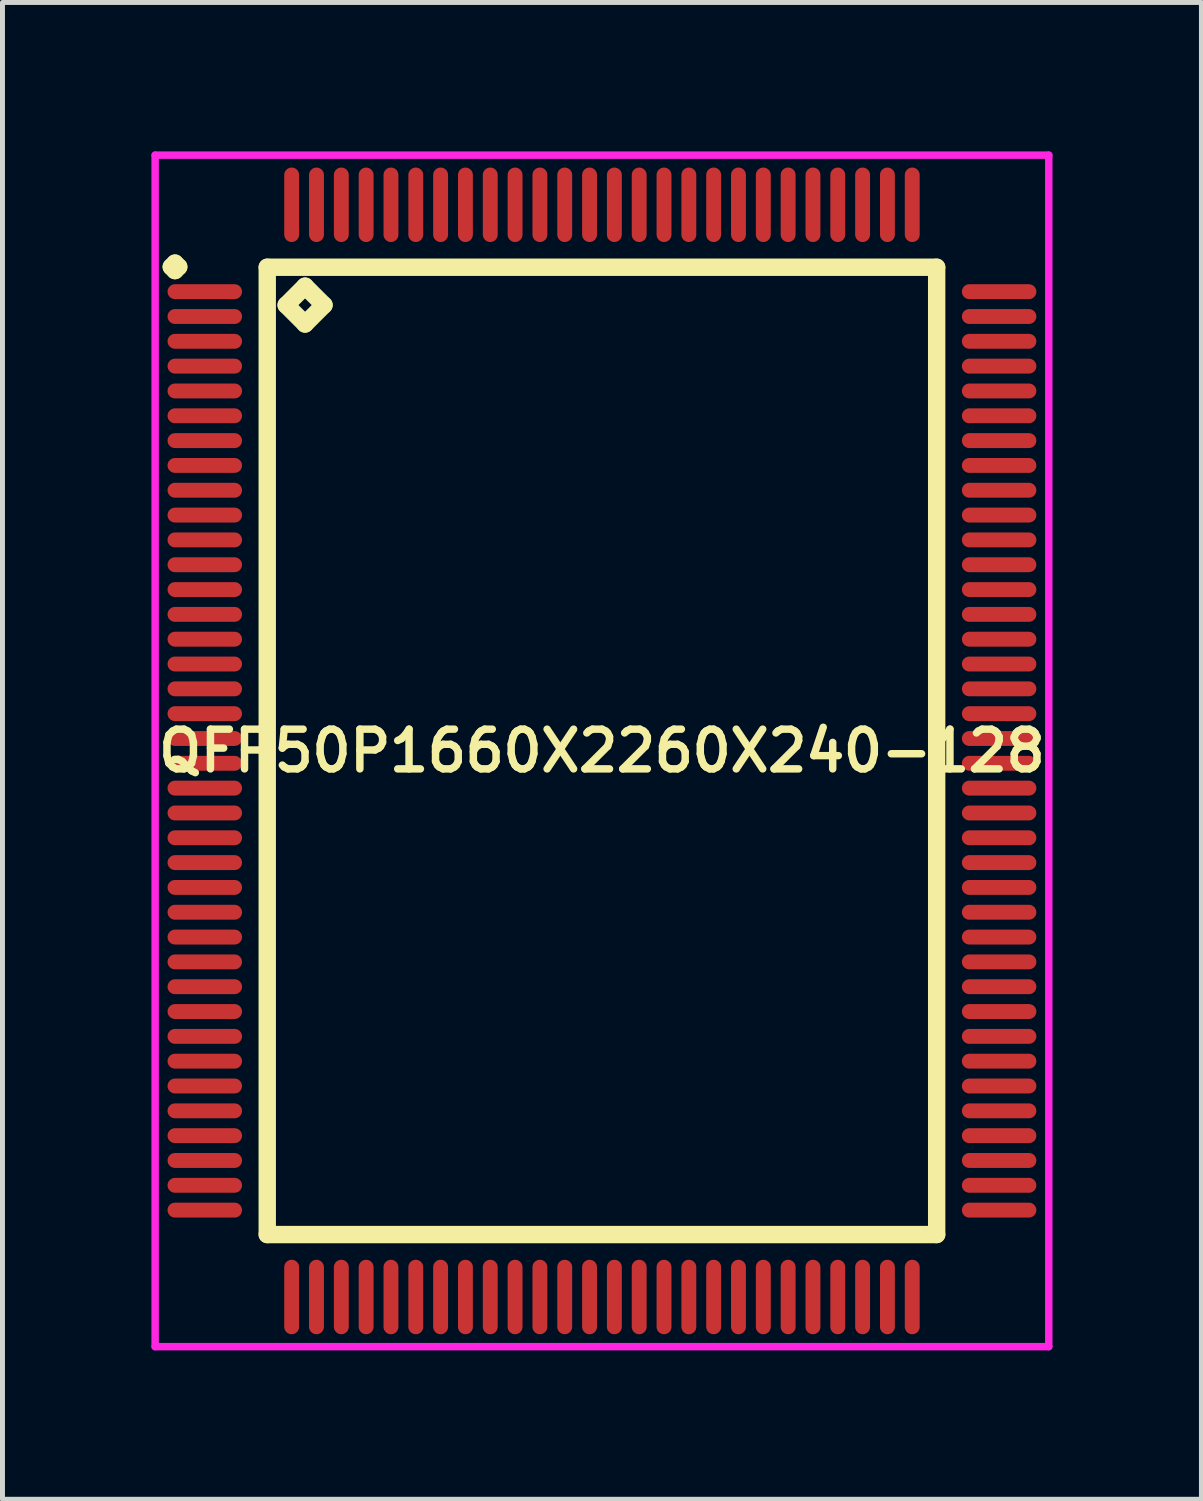
<source format=kicad_pcb>
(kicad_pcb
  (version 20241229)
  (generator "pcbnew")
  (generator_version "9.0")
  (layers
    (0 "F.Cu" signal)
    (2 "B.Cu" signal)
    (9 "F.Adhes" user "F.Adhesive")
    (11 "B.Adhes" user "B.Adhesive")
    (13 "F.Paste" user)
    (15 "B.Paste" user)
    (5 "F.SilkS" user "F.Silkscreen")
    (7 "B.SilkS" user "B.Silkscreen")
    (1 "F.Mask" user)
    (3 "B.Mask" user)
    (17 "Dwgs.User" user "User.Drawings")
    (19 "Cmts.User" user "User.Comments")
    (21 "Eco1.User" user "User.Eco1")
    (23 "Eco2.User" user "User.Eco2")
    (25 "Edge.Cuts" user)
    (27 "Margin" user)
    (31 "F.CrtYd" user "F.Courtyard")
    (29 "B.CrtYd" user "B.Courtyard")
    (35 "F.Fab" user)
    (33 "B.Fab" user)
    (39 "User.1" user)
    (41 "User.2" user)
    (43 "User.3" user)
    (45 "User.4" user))
  (footprint "QFP50P1660X2260X240-128"
    (layer "F.Cu")
    (at 9.075 12.075)
    (property "Reference" "QFP50P1660X2260X240-128" (at 0 0 0) (layer "F.SilkS") (effects (font (size 0.8 0.8) (thickness 0.15))))
    (attr through_hole)
    (fp_line (start -8.675 -9.75) (end -8.6 -9.825) (stroke (width 0.35) (type solid)) (layer "F.SilkS"))
    (fp_line (start -8.6 -9.825) (end -8.525 -9.75) (stroke (width 0.35) (type solid)) (layer "F.SilkS"))
    (fp_line (start -8.6 -9.675) (end -8.675 -9.75) (stroke (width 0.35) (type solid)) (layer "F.SilkS"))
    (fp_line (start -8.525 -9.75) (end -8.6 -9.675) (stroke (width 0.35) (type solid)) (layer "F.SilkS"))
    (fp_line (start -6.742 -9.742) (end -6.742 9.742) (stroke (width 0.35) (type solid)) (layer "F.SilkS"))
    (fp_line (start -6.742 9.742) (end 6.742 9.742) (stroke (width 0.35) (type solid)) (layer "F.SilkS"))
    (fp_line (start -6.361 -8.98) (end -5.98 -9.361) (stroke (width 0.35) (type solid)) (layer "F.SilkS"))
    (fp_line (start -5.98 -9.361) (end -5.599 -8.98) (stroke (width 0.35) (type solid)) (layer "F.SilkS"))
    (fp_line (start -5.98 -8.599) (end -6.361 -8.98) (stroke (width 0.35) (type solid)) (layer "F.SilkS"))
    (fp_line (start -5.599 -8.98) (end -5.98 -8.599) (stroke (width 0.35) (type solid)) (layer "F.SilkS"))
    (fp_line (start 6.742 -9.742) (end -6.742 -9.742) (stroke (width 0.35) (type solid)) (layer "F.SilkS"))
    (fp_line (start 6.742 9.742) (end 6.742 -9.742) (stroke (width 0.35) (type solid)) (layer "F.SilkS"))
    (fp_line (start -9 -12) (end 9 -12) (stroke (width 0.15) (type solid)) (layer "F.CrtYd"))
    (fp_line (start -9 12) (end -9 -12) (stroke (width 0.15) (type solid)) (layer "F.CrtYd"))
    (fp_line (start 9 -12) (end 9 12) (stroke (width 0.15) (type solid)) (layer "F.CrtYd"))
    (fp_line (start 9 12) (end -9 12) (stroke (width 0.15) (type solid)) (layer "F.CrtYd"))
    (pad "1" smd oval (at -8 -9.25) (size 1.5 0.3) (layers "F.Cu" "F.Mask" "F.Paste"))
    (pad "2" smd oval (at -8 -8.75) (size 1.5 0.3) (layers "F.Cu" "F.Mask" "F.Paste"))
    (pad "3" smd oval (at -8 -8.25) (size 1.5 0.3) (layers "F.Cu" "F.Mask" "F.Paste"))
    (pad "4" smd oval (at -8 -7.75) (size 1.5 0.3) (layers "F.Cu" "F.Mask" "F.Paste"))
    (pad "5" smd oval (at -8 -7.25) (size 1.5 0.3) (layers "F.Cu" "F.Mask" "F.Paste"))
    (pad "6" smd oval (at -8 -6.75) (size 1.5 0.3) (layers "F.Cu" "F.Mask" "F.Paste"))
    (pad "7" smd oval (at -8 -6.25) (size 1.5 0.3) (layers "F.Cu" "F.Mask" "F.Paste"))
    (pad "8" smd oval (at -8 -5.75) (size 1.5 0.3) (layers "F.Cu" "F.Mask" "F.Paste"))
    (pad "9" smd oval (at -8 -5.25) (size 1.5 0.3) (layers "F.Cu" "F.Mask" "F.Paste"))
    (pad "10" smd oval (at -8 -4.75) (size 1.5 0.3) (layers "F.Cu" "F.Mask" "F.Paste"))
    (pad "11" smd oval (at -8 -4.25) (size 1.5 0.3) (layers "F.Cu" "F.Mask" "F.Paste"))
    (pad "12" smd oval (at -8 -3.75) (size 1.5 0.3) (layers "F.Cu" "F.Mask" "F.Paste"))
    (pad "13" smd oval (at -8 -3.25) (size 1.5 0.3) (layers "F.Cu" "F.Mask" "F.Paste"))
    (pad "14" smd oval (at -8 -2.75) (size 1.5 0.3) (layers "F.Cu" "F.Mask" "F.Paste"))
    (pad "15" smd oval (at -8 -2.25) (size 1.5 0.3) (layers "F.Cu" "F.Mask" "F.Paste"))
    (pad "16" smd oval (at -8 -1.75) (size 1.5 0.3) (layers "F.Cu" "F.Mask" "F.Paste"))
    (pad "17" smd oval (at -8 -1.25) (size 1.5 0.3) (layers "F.Cu" "F.Mask" "F.Paste"))
    (pad "18" smd oval (at -8 -0.75) (size 1.5 0.3) (layers "F.Cu" "F.Mask" "F.Paste"))
    (pad "19" smd oval (at -8 -0.25) (size 1.5 0.3) (layers "F.Cu" "F.Mask" "F.Paste"))
    (pad "20" smd oval (at -8 0.25) (size 1.5 0.3) (layers "F.Cu" "F.Mask" "F.Paste"))
    (pad "21" smd oval (at -8 0.75) (size 1.5 0.3) (layers "F.Cu" "F.Mask" "F.Paste"))
    (pad "22" smd oval (at -8 1.25) (size 1.5 0.3) (layers "F.Cu" "F.Mask" "F.Paste"))
    (pad "23" smd oval (at -8 1.75) (size 1.5 0.3) (layers "F.Cu" "F.Mask" "F.Paste"))
    (pad "24" smd oval (at -8 2.25) (size 1.5 0.3) (layers "F.Cu" "F.Mask" "F.Paste"))
    (pad "25" smd oval (at -8 2.75) (size 1.5 0.3) (layers "F.Cu" "F.Mask" "F.Paste"))
    (pad "26" smd oval (at -8 3.25) (size 1.5 0.3) (layers "F.Cu" "F.Mask" "F.Paste"))
    (pad "27" smd oval (at -8 3.75) (size 1.5 0.3) (layers "F.Cu" "F.Mask" "F.Paste"))
    (pad "28" smd oval (at -8 4.25) (size 1.5 0.3) (layers "F.Cu" "F.Mask" "F.Paste"))
    (pad "29" smd oval (at -8 4.75) (size 1.5 0.3) (layers "F.Cu" "F.Mask" "F.Paste"))
    (pad "30" smd oval (at -8 5.25) (size 1.5 0.3) (layers "F.Cu" "F.Mask" "F.Paste"))
    (pad "31" smd oval (at -8 5.75) (size 1.5 0.3) (layers "F.Cu" "F.Mask" "F.Paste"))
    (pad "32" smd oval (at -8 6.25) (size 1.5 0.3) (layers "F.Cu" "F.Mask" "F.Paste"))
    (pad "33" smd oval (at -8 6.75) (size 1.5 0.3) (layers "F.Cu" "F.Mask" "F.Paste"))
    (pad "34" smd oval (at -8 7.25) (size 1.5 0.3) (layers "F.Cu" "F.Mask" "F.Paste"))
    (pad "35" smd oval (at -8 7.75) (size 1.5 0.3) (layers "F.Cu" "F.Mask" "F.Paste"))
    (pad "36" smd oval (at -8 8.25) (size 1.5 0.3) (layers "F.Cu" "F.Mask" "F.Paste"))
    (pad "37" smd oval (at -8 8.75) (size 1.5 0.3) (layers "F.Cu" "F.Mask" "F.Paste"))
    (pad "38" smd oval (at -8 9.25) (size 1.5 0.3) (layers "F.Cu" "F.Mask" "F.Paste"))
    (pad "39" smd oval (at -6.25 11) (size 0.3 1.5) (layers "F.Cu" "F.Mask" "F.Paste"))
    (pad "40" smd oval (at -5.75 11) (size 0.3 1.5) (layers "F.Cu" "F.Mask" "F.Paste"))
    (pad "41" smd oval (at -5.25 11) (size 0.3 1.5) (layers "F.Cu" "F.Mask" "F.Paste"))
    (pad "42" smd oval (at -4.75 11) (size 0.3 1.5) (layers "F.Cu" "F.Mask" "F.Paste"))
    (pad "43" smd oval (at -4.25 11) (size 0.3 1.5) (layers "F.Cu" "F.Mask" "F.Paste"))
    (pad "44" smd oval (at -3.75 11) (size 0.3 1.5) (layers "F.Cu" "F.Mask" "F.Paste"))
    (pad "45" smd oval (at -3.25 11) (size 0.3 1.5) (layers "F.Cu" "F.Mask" "F.Paste"))
    (pad "46" smd oval (at -2.75 11) (size 0.3 1.5) (layers "F.Cu" "F.Mask" "F.Paste"))
    (pad "47" smd oval (at -2.25 11) (size 0.3 1.5) (layers "F.Cu" "F.Mask" "F.Paste"))
    (pad "48" smd oval (at -1.75 11) (size 0.3 1.5) (layers "F.Cu" "F.Mask" "F.Paste"))
    (pad "49" smd oval (at -1.25 11) (size 0.3 1.5) (layers "F.Cu" "F.Mask" "F.Paste"))
    (pad "50" smd oval (at -0.75 11) (size 0.3 1.5) (layers "F.Cu" "F.Mask" "F.Paste"))
    (pad "51" smd oval (at -0.25 11) (size 0.3 1.5) (layers "F.Cu" "F.Mask" "F.Paste"))
    (pad "52" smd oval (at 0.25 11) (size 0.3 1.5) (layers "F.Cu" "F.Mask" "F.Paste"))
    (pad "53" smd oval (at 0.75 11) (size 0.3 1.5) (layers "F.Cu" "F.Mask" "F.Paste"))
    (pad "54" smd oval (at 1.25 11) (size 0.3 1.5) (layers "F.Cu" "F.Mask" "F.Paste"))
    (pad "55" smd oval (at 1.75 11) (size 0.3 1.5) (layers "F.Cu" "F.Mask" "F.Paste"))
    (pad "56" smd oval (at 2.25 11) (size 0.3 1.5) (layers "F.Cu" "F.Mask" "F.Paste"))
    (pad "57" smd oval (at 2.75 11) (size 0.3 1.5) (layers "F.Cu" "F.Mask" "F.Paste"))
    (pad "58" smd oval (at 3.25 11) (size 0.3 1.5) (layers "F.Cu" "F.Mask" "F.Paste"))
    (pad "59" smd oval (at 3.75 11) (size 0.3 1.5) (layers "F.Cu" "F.Mask" "F.Paste"))
    (pad "60" smd oval (at 4.25 11) (size 0.3 1.5) (layers "F.Cu" "F.Mask" "F.Paste"))
    (pad "61" smd oval (at 4.75 11) (size 0.3 1.5) (layers "F.Cu" "F.Mask" "F.Paste"))
    (pad "62" smd oval (at 5.25 11) (size 0.3 1.5) (layers "F.Cu" "F.Mask" "F.Paste"))
    (pad "63" smd oval (at 5.75 11) (size 0.3 1.5) (layers "F.Cu" "F.Mask" "F.Paste"))
    (pad "64" smd oval (at 6.25 11) (size 0.3 1.5) (layers "F.Cu" "F.Mask" "F.Paste"))
    (pad "65" smd oval (at 8 9.25) (size 1.5 0.3) (layers "F.Cu" "F.Mask" "F.Paste"))
    (pad "66" smd oval (at 8 8.75) (size 1.5 0.3) (layers "F.Cu" "F.Mask" "F.Paste"))
    (pad "67" smd oval (at 8 8.25) (size 1.5 0.3) (layers "F.Cu" "F.Mask" "F.Paste"))
    (pad "68" smd oval (at 8 7.75) (size 1.5 0.3) (layers "F.Cu" "F.Mask" "F.Paste"))
    (pad "69" smd oval (at 8 7.25) (size 1.5 0.3) (layers "F.Cu" "F.Mask" "F.Paste"))
    (pad "70" smd oval (at 8 6.75) (size 1.5 0.3) (layers "F.Cu" "F.Mask" "F.Paste"))
    (pad "71" smd oval (at 8 6.25) (size 1.5 0.3) (layers "F.Cu" "F.Mask" "F.Paste"))
    (pad "72" smd oval (at 8 5.75) (size 1.5 0.3) (layers "F.Cu" "F.Mask" "F.Paste"))
    (pad "73" smd oval (at 8 5.25) (size 1.5 0.3) (layers "F.Cu" "F.Mask" "F.Paste"))
    (pad "74" smd oval (at 8 4.75) (size 1.5 0.3) (layers "F.Cu" "F.Mask" "F.Paste"))
    (pad "75" smd oval (at 8 4.25) (size 1.5 0.3) (layers "F.Cu" "F.Mask" "F.Paste"))
    (pad "76" smd oval (at 8 3.75) (size 1.5 0.3) (layers "F.Cu" "F.Mask" "F.Paste"))
    (pad "77" smd oval (at 8 3.25) (size 1.5 0.3) (layers "F.Cu" "F.Mask" "F.Paste"))
    (pad "78" smd oval (at 8 2.75) (size 1.5 0.3) (layers "F.Cu" "F.Mask" "F.Paste"))
    (pad "79" smd oval (at 8 2.25) (size 1.5 0.3) (layers "F.Cu" "F.Mask" "F.Paste"))
    (pad "80" smd oval (at 8 1.75) (size 1.5 0.3) (layers "F.Cu" "F.Mask" "F.Paste"))
    (pad "81" smd oval (at 8 1.25) (size 1.5 0.3) (layers "F.Cu" "F.Mask" "F.Paste"))
    (pad "82" smd oval (at 8 0.75) (size 1.5 0.3) (layers "F.Cu" "F.Mask" "F.Paste"))
    (pad "83" smd oval (at 8 0.25) (size 1.5 0.3) (layers "F.Cu" "F.Mask" "F.Paste"))
    (pad "84" smd oval (at 8 -0.25) (size 1.5 0.3) (layers "F.Cu" "F.Mask" "F.Paste"))
    (pad "85" smd oval (at 8 -0.75) (size 1.5 0.3) (layers "F.Cu" "F.Mask" "F.Paste"))
    (pad "86" smd oval (at 8 -1.25) (size 1.5 0.3) (layers "F.Cu" "F.Mask" "F.Paste"))
    (pad "87" smd oval (at 8 -1.75) (size 1.5 0.3) (layers "F.Cu" "F.Mask" "F.Paste"))
    (pad "88" smd oval (at 8 -2.25) (size 1.5 0.3) (layers "F.Cu" "F.Mask" "F.Paste"))
    (pad "89" smd oval (at 8 -2.75) (size 1.5 0.3) (layers "F.Cu" "F.Mask" "F.Paste"))
    (pad "90" smd oval (at 8 -3.25) (size 1.5 0.3) (layers "F.Cu" "F.Mask" "F.Paste"))
    (pad "91" smd oval (at 8 -3.75) (size 1.5 0.3) (layers "F.Cu" "F.Mask" "F.Paste"))
    (pad "92" smd oval (at 8 -4.25) (size 1.5 0.3) (layers "F.Cu" "F.Mask" "F.Paste"))
    (pad "93" smd oval (at 8 -4.75) (size 1.5 0.3) (layers "F.Cu" "F.Mask" "F.Paste"))
    (pad "94" smd oval (at 8 -5.25) (size 1.5 0.3) (layers "F.Cu" "F.Mask" "F.Paste"))
    (pad "95" smd oval (at 8 -5.75) (size 1.5 0.3) (layers "F.Cu" "F.Mask" "F.Paste"))
    (pad "96" smd oval (at 8 -6.25) (size 1.5 0.3) (layers "F.Cu" "F.Mask" "F.Paste"))
    (pad "97" smd oval (at 8 -6.75) (size 1.5 0.3) (layers "F.Cu" "F.Mask" "F.Paste"))
    (pad "98" smd oval (at 8 -7.25) (size 1.5 0.3) (layers "F.Cu" "F.Mask" "F.Paste"))
    (pad "99" smd oval (at 8 -7.75) (size 1.5 0.3) (layers "F.Cu" "F.Mask" "F.Paste"))
    (pad "100" smd oval (at 8 -8.25) (size 1.5 0.3) (layers "F.Cu" "F.Mask" "F.Paste"))
    (pad "101" smd oval (at 8 -8.75) (size 1.5 0.3) (layers "F.Cu" "F.Mask" "F.Paste"))
    (pad "102" smd oval (at 8 -9.25) (size 1.5 0.3) (layers "F.Cu" "F.Mask" "F.Paste"))
    (pad "103" smd oval (at 6.25 -11) (size 0.3 1.5) (layers "F.Cu" "F.Mask" "F.Paste"))
    (pad "104" smd oval (at 5.75 -11) (size 0.3 1.5) (layers "F.Cu" "F.Mask" "F.Paste"))
    (pad "105" smd oval (at 5.25 -11) (size 0.3 1.5) (layers "F.Cu" "F.Mask" "F.Paste"))
    (pad "106" smd oval (at 4.75 -11) (size 0.3 1.5) (layers "F.Cu" "F.Mask" "F.Paste"))
    (pad "107" smd oval (at 4.25 -11) (size 0.3 1.5) (layers "F.Cu" "F.Mask" "F.Paste"))
    (pad "108" smd oval (at 3.75 -11) (size 0.3 1.5) (layers "F.Cu" "F.Mask" "F.Paste"))
    (pad "109" smd oval (at 3.25 -11) (size 0.3 1.5) (layers "F.Cu" "F.Mask" "F.Paste"))
    (pad "110" smd oval (at 2.75 -11) (size 0.3 1.5) (layers "F.Cu" "F.Mask" "F.Paste"))
    (pad "111" smd oval (at 2.25 -11) (size 0.3 1.5) (layers "F.Cu" "F.Mask" "F.Paste"))
    (pad "112" smd oval (at 1.75 -11) (size 0.3 1.5) (layers "F.Cu" "F.Mask" "F.Paste"))
    (pad "113" smd oval (at 1.25 -11) (size 0.3 1.5) (layers "F.Cu" "F.Mask" "F.Paste"))
    (pad "114" smd oval (at 0.75 -11) (size 0.3 1.5) (layers "F.Cu" "F.Mask" "F.Paste"))
    (pad "115" smd oval (at 0.25 -11) (size 0.3 1.5) (layers "F.Cu" "F.Mask" "F.Paste"))
    (pad "116" smd oval (at -0.25 -11) (size 0.3 1.5) (layers "F.Cu" "F.Mask" "F.Paste"))
    (pad "117" smd oval (at -0.75 -11) (size 0.3 1.5) (layers "F.Cu" "F.Mask" "F.Paste"))
    (pad "118" smd oval (at -1.25 -11) (size 0.3 1.5) (layers "F.Cu" "F.Mask" "F.Paste"))
    (pad "119" smd oval (at -1.75 -11) (size 0.3 1.5) (layers "F.Cu" "F.Mask" "F.Paste"))
    (pad "120" smd oval (at -2.25 -11) (size 0.3 1.5) (layers "F.Cu" "F.Mask" "F.Paste"))
    (pad "121" smd oval (at -2.75 -11) (size 0.3 1.5) (layers "F.Cu" "F.Mask" "F.Paste"))
    (pad "122" smd oval (at -3.25 -11) (size 0.3 1.5) (layers "F.Cu" "F.Mask" "F.Paste"))
    (pad "123" smd oval (at -3.75 -11) (size 0.3 1.5) (layers "F.Cu" "F.Mask" "F.Paste"))
    (pad "124" smd oval (at -4.25 -11) (size 0.3 1.5) (layers "F.Cu" "F.Mask" "F.Paste"))
    (pad "125" smd oval (at -4.75 -11) (size 0.3 1.5) (layers "F.Cu" "F.Mask" "F.Paste"))
    (pad "126" smd oval (at -5.25 -11) (size 0.3 1.5) (layers "F.Cu" "F.Mask" "F.Paste"))
    (pad "127" smd oval (at -5.75 -11) (size 0.3 1.5) (layers "F.Cu" "F.Mask" "F.Paste"))
    (pad "128" smd oval (at -6.25 -11) (size 0.3 1.5) (layers "F.Cu" "F.Mask" "F.Paste")))
  (gr_rect
    (start -3 -3)
    (end 21.15 27.15)
    (stroke (width 0.1) (type default))
    (fill no)
    (layer "Edge.Cuts")))
</source>
